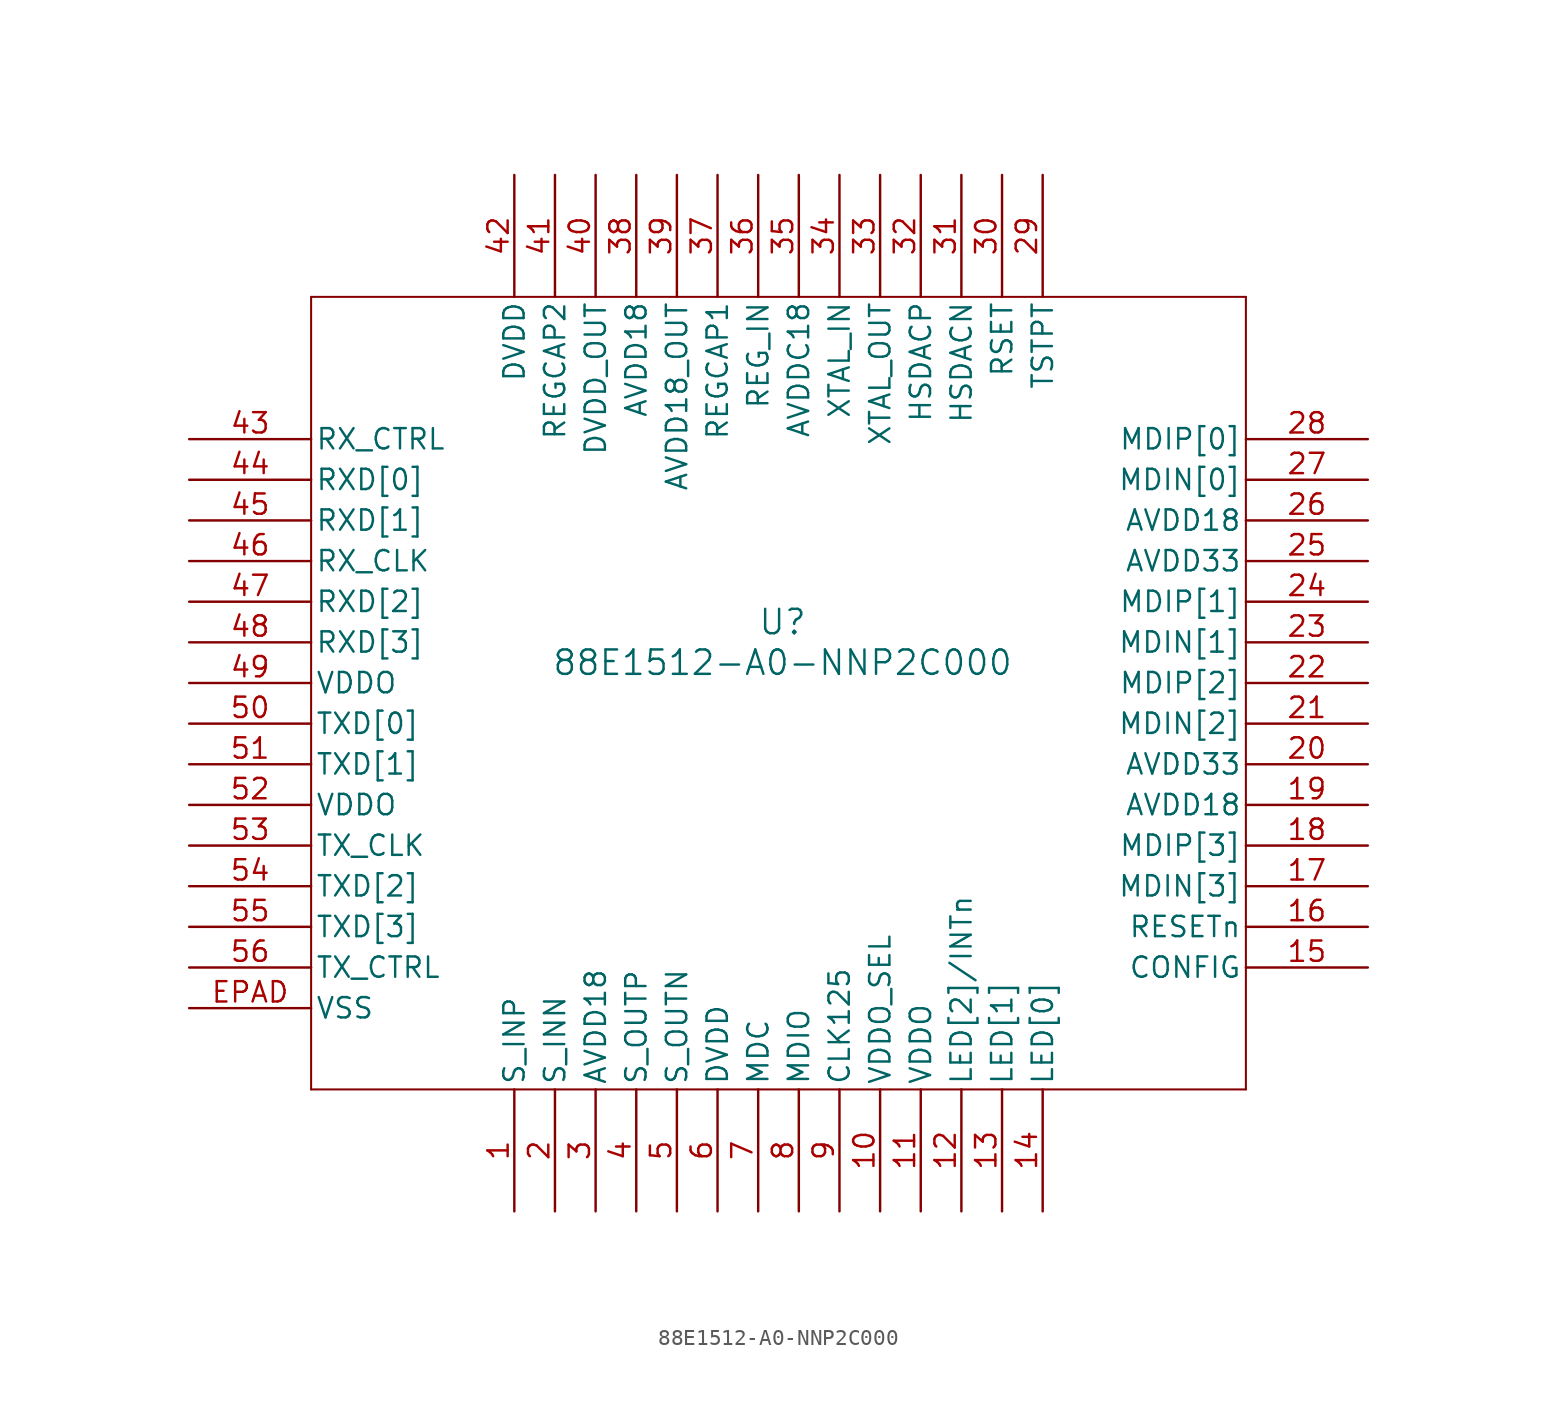
<source format=kicad_sym>
(kicad_symbol_lib
  (version 20241209)
  (generator "kicad_symbol_editor")
  (generator_version "9.0")
  (symbol "88E1512-A0-NNP2C000"
    (pin_names
      (offset 0.254))
    (property "Reference" "U"
      (at 21.844 -15.24 0)
      (effects (font (size 1.524 1.524))))
    (property "Value" "88E1512-A0-NNP2C000"
      (at 21.844 -17.78 0)
      (effects (font (size 1.524 1.524))))
    (property "ki_locked" ""
      (at 0 0 0)
      (effects (font (size 1.27 1.27))))
    (symbol "88E1512-A0-NNP2C000_0_1"
      (polyline (pts (xy -7.62 5.08) (xy -7.62 -44.45)) (stroke (width 0.127) (type default)) (fill (type none)))
      (polyline (pts (xy -7.62 -44.45) (xy 50.8 -44.45)) (stroke (width 0.127) (type default)) (fill (type none)))
      (polyline (pts (xy 50.8 5.08) (xy -7.62 5.08)) (stroke (width 0.127) (type default)) (fill (type none)))
      (polyline (pts (xy 50.8 -44.45) (xy 50.8 5.08)) (stroke (width 0.127) (type default)) (fill (type none)))
      (pin output line (at -15.24 -3.81 0) (length 7.62) (name "RX_CTRL" (effects (font (size 1.27 1.27)))) (number "43" (effects (font (size 1.27 1.27)))))
      (pin output line (at -15.24 -6.35 0) (length 7.62) (name "RXD[0]" (effects (font (size 1.27 1.27)))) (number "44" (effects (font (size 1.27 1.27)))))
      (pin output line (at -15.24 -8.89 0) (length 7.62) (name "RXD[1]" (effects (font (size 1.27 1.27)))) (number "45" (effects (font (size 1.27 1.27)))))
      (pin output line (at -15.24 -11.43 0) (length 7.62) (name "RX_CLK" (effects (font (size 1.27 1.27)))) (number "46" (effects (font (size 1.27 1.27)))))
      (pin output line (at -15.24 -13.97 0) (length 7.62) (name "RXD[2]" (effects (font (size 1.27 1.27)))) (number "47" (effects (font (size 1.27 1.27)))))
      (pin output line (at -15.24 -16.51 0) (length 7.62) (name "RXD[3]" (effects (font (size 1.27 1.27)))) (number "48" (effects (font (size 1.27 1.27)))))
      (pin power_in line (at -15.24 -19.05 0) (length 7.62) (name "VDDO" (effects (font (size 1.27 1.27)))) (number "49" (effects (font (size 1.27 1.27)))))
      (pin input line (at -15.24 -21.59 0) (length 7.62) (name "TXD[0]" (effects (font (size 1.27 1.27)))) (number "50" (effects (font (size 1.27 1.27)))))
      (pin input line (at -15.24 -24.13 0) (length 7.62) (name "TXD[1]" (effects (font (size 1.27 1.27)))) (number "51" (effects (font (size 1.27 1.27)))))
      (pin power_in line (at -15.24 -26.67 0) (length 7.62) (name "VDDO" (effects (font (size 1.27 1.27)))) (number "52" (effects (font (size 1.27 1.27)))))
      (pin input line (at -15.24 -29.21 0) (length 7.62) (name "TX_CLK" (effects (font (size 1.27 1.27)))) (number "53" (effects (font (size 1.27 1.27)))))
      (pin input line (at -15.24 -31.75 0) (length 7.62) (name "TXD[2]" (effects (font (size 1.27 1.27)))) (number "54" (effects (font (size 1.27 1.27)))))
      (pin input line (at -15.24 -34.29 0) (length 7.62) (name "TXD[3]" (effects (font (size 1.27 1.27)))) (number "55" (effects (font (size 1.27 1.27)))))
      (pin input line (at -15.24 -36.83 0) (length 7.62) (name "TX_CTRL" (effects (font (size 1.27 1.27)))) (number "56" (effects (font (size 1.27 1.27)))))
      (pin power_out line (at -15.24 -39.37 0) (length 7.62) (name "VSS" (effects (font (size 1.27 1.27)))) (number "EPAD" (effects (font (size 1.27 1.27)))))
      (pin power_in line (at 5.08 12.7 270) (length 7.62) (name "DVDD" (effects (font (size 1.27 1.27)))) (number "42" (effects (font (size 1.27 1.27)))))
      (pin input line (at 5.08 -52.07 90) (length 7.62) (name "S_INP" (effects (font (size 1.27 1.27)))) (number "1" (effects (font (size 1.27 1.27)))))
      (pin bidirectional line (at 7.62 12.7 270) (length 7.62) (name "REGCAP2" (effects (font (size 1.27 1.27)))) (number "41" (effects (font (size 1.27 1.27)))))
      (pin input line (at 7.62 -52.07 90) (length 7.62) (name "S_INN" (effects (font (size 1.27 1.27)))) (number "2" (effects (font (size 1.27 1.27)))))
      (pin output line (at 10.16 12.7 270) (length 7.62) (name "DVDD_OUT" (effects (font (size 1.27 1.27)))) (number "40" (effects (font (size 1.27 1.27)))))
      (pin power_in line (at 10.16 -52.07 90) (length 7.62) (name "AVDD18" (effects (font (size 1.27 1.27)))) (number "3" (effects (font (size 1.27 1.27)))))
      (pin power_in line (at 12.7 12.7 270) (length 7.62) (name "AVDD18" (effects (font (size 1.27 1.27)))) (number "38" (effects (font (size 1.27 1.27)))))
      (pin output line (at 12.7 -52.07 90) (length 7.62) (name "S_OUTP" (effects (font (size 1.27 1.27)))) (number "4" (effects (font (size 1.27 1.27)))))
      (pin output line (at 15.24 12.7 270) (length 7.62) (name "AVDD18_OUT" (effects (font (size 1.27 1.27)))) (number "39" (effects (font (size 1.27 1.27)))))
      (pin output line (at 15.24 -52.07 90) (length 7.62) (name "S_OUTN" (effects (font (size 1.27 1.27)))) (number "5" (effects (font (size 1.27 1.27)))))
      (pin bidirectional line (at 17.78 12.7 270) (length 7.62) (name "REGCAP1" (effects (font (size 1.27 1.27)))) (number "37" (effects (font (size 1.27 1.27)))))
      (pin power_in line (at 17.78 -52.07 90) (length 7.62) (name "DVDD" (effects (font (size 1.27 1.27)))) (number "6" (effects (font (size 1.27 1.27)))))
      (pin unspecified line (at 20.32 12.7 270) (length 7.62) (name "REG_IN" (effects (font (size 1.27 1.27)))) (number "36" (effects (font (size 1.27 1.27)))))
      (pin input line (at 20.32 -52.07 90) (length 7.62) (name "MDC" (effects (font (size 1.27 1.27)))) (number "7" (effects (font (size 1.27 1.27)))))
      (pin power_in line (at 22.86 12.7 270) (length 7.62) (name "AVDDC18" (effects (font (size 1.27 1.27)))) (number "35" (effects (font (size 1.27 1.27)))))
      (pin bidirectional line (at 22.86 -52.07 90) (length 7.62) (name "MDIO" (effects (font (size 1.27 1.27)))) (number "8" (effects (font (size 1.27 1.27)))))
      (pin input line (at 25.4 12.7 270) (length 7.62) (name "XTAL_IN" (effects (font (size 1.27 1.27)))) (number "34" (effects (font (size 1.27 1.27)))))
      (pin output line (at 25.4 -52.07 90) (length 7.62) (name "CLK125" (effects (font (size 1.27 1.27)))) (number "9" (effects (font (size 1.27 1.27)))))
      (pin output line (at 27.94 12.7 270) (length 7.62) (name "XTAL_OUT" (effects (font (size 1.27 1.27)))) (number "33" (effects (font (size 1.27 1.27)))))
      (pin power_in line (at 27.94 -52.07 90) (length 7.62) (name "VDDO_SEL" (effects (font (size 1.27 1.27)))) (number "10" (effects (font (size 1.27 1.27)))))
      (pin output line (at 30.48 12.7 270) (length 7.62) (name "HSDACP" (effects (font (size 1.27 1.27)))) (number "32" (effects (font (size 1.27 1.27)))))
      (pin power_in line (at 30.48 -52.07 90) (length 7.62) (name "VDDO" (effects (font (size 1.27 1.27)))) (number "11" (effects (font (size 1.27 1.27)))))
      (pin unspecified line (at 33.02 12.7 270) (length 7.62) (name "HSDACN" (effects (font (size 1.27 1.27)))) (number "31" (effects (font (size 1.27 1.27)))))
      (pin output line (at 33.02 -52.07 90) (length 7.62) (name "LED[2]/INTn" (effects (font (size 1.27 1.27)))) (number "12" (effects (font (size 1.27 1.27)))))
      (pin input line (at 35.56 12.7 270) (length 7.62) (name "RSET" (effects (font (size 1.27 1.27)))) (number "30" (effects (font (size 1.27 1.27)))))
      (pin bidirectional line (at 35.56 -52.07 90) (length 7.62) (name "LED[1]" (effects (font (size 1.27 1.27)))) (number "13" (effects (font (size 1.27 1.27)))))
      (pin output line (at 38.1 12.7 270) (length 7.62) (name "TSTPT" (effects (font (size 1.27 1.27)))) (number "29" (effects (font (size 1.27 1.27)))))
      (pin output line (at 38.1 -52.07 90) (length 7.62) (name "LED[0]" (effects (font (size 1.27 1.27)))) (number "14" (effects (font (size 1.27 1.27)))))
      (pin bidirectional line (at 58.42 -3.81 180) (length 7.62) (name "MDIP[0]" (effects (font (size 1.27 1.27)))) (number "28" (effects (font (size 1.27 1.27)))))
      (pin bidirectional line (at 58.42 -6.35 180) (length 7.62) (name "MDIN[0]" (effects (font (size 1.27 1.27)))) (number "27" (effects (font (size 1.27 1.27)))))
      (pin power_in line (at 58.42 -8.89 180) (length 7.62) (name "AVDD18" (effects (font (size 1.27 1.27)))) (number "26" (effects (font (size 1.27 1.27)))))
      (pin power_in line (at 58.42 -11.43 180) (length 7.62) (name "AVDD33" (effects (font (size 1.27 1.27)))) (number "25" (effects (font (size 1.27 1.27)))))
      (pin bidirectional line (at 58.42 -13.97 180) (length 7.62) (name "MDIP[1]" (effects (font (size 1.27 1.27)))) (number "24" (effects (font (size 1.27 1.27)))))
      (pin bidirectional line (at 58.42 -16.51 180) (length 7.62) (name "MDIN[1]" (effects (font (size 1.27 1.27)))) (number "23" (effects (font (size 1.27 1.27)))))
      (pin bidirectional line (at 58.42 -19.05 180) (length 7.62) (name "MDIP[2]" (effects (font (size 1.27 1.27)))) (number "22" (effects (font (size 1.27 1.27)))))
      (pin bidirectional line (at 58.42 -21.59 180) (length 7.62) (name "MDIN[2]" (effects (font (size 1.27 1.27)))) (number "21" (effects (font (size 1.27 1.27)))))
      (pin power_in line (at 58.42 -24.13 180) (length 7.62) (name "AVDD33" (effects (font (size 1.27 1.27)))) (number "20" (effects (font (size 1.27 1.27)))))
      (pin power_in line (at 58.42 -26.67 180) (length 7.62) (name "AVDD18" (effects (font (size 1.27 1.27)))) (number "19" (effects (font (size 1.27 1.27)))))
      (pin bidirectional line (at 58.42 -29.21 180) (length 7.62) (name "MDIP[3]" (effects (font (size 1.27 1.27)))) (number "18" (effects (font (size 1.27 1.27)))))
      (pin bidirectional line (at 58.42 -31.75 180) (length 7.62) (name "MDIN[3]" (effects (font (size 1.27 1.27)))) (number "17" (effects (font (size 1.27 1.27)))))
      (pin input line (at 58.42 -34.29 180) (length 7.62) (name "RESETn" (effects (font (size 1.27 1.27)))) (number "16" (effects (font (size 1.27 1.27)))))
      (pin input line (at 58.42 -36.83 180) (length 7.62) (name "CONFIG" (effects (font (size 1.27 1.27)))) (number "15" (effects (font (size 1.27 1.27))))))))
</source>
